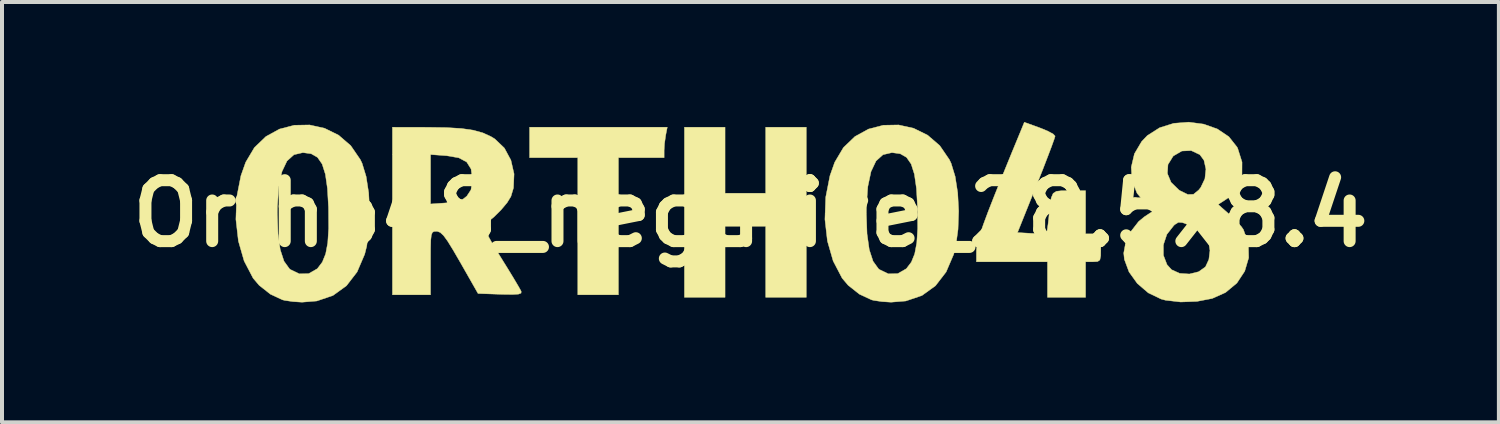
<source format=kicad_pcb>
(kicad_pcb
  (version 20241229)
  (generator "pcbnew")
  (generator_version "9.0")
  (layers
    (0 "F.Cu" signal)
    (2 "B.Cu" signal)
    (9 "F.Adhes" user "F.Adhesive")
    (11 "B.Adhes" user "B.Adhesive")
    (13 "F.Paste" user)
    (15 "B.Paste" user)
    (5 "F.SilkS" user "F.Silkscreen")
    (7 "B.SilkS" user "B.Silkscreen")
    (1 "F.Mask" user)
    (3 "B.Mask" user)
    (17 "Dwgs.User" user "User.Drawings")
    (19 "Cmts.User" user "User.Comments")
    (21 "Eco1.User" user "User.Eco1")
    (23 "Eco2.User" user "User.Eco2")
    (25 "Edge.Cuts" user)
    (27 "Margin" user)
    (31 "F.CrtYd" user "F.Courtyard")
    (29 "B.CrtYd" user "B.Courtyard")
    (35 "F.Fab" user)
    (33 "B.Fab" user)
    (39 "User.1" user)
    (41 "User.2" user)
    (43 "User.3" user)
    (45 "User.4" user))
  (footprint "Ortho48_negative_28.5x8.4"
    (layer "F.Cu")
    (at 15.719 2.291)
    (property "Reference" "Ortho48_negative_28.5x8.4" (at 0 0 0) (layer "F.SilkS") (effects (font (size 1.524 1.524) (thickness 0.3))))
    (attr through_hole)
    (fp_poly (pts (xy -2.119 -1.961) (xy -2.149 -1.751) (xy -2.159 -1.58) (xy -2.159 -1.397) (xy -3.302 -1.397) (xy -3.302 2.032) (xy -4.318 2.032) (xy -4.318 -1.397) (xy -5.524 -1.397) (xy -5.524 -2.159) (xy -2.08 -2.159) (xy -2.119 -1.961)) (stroke (width 0.01) (type solid)) (fill yes) (layer "F.SilkS"))
    (fp_poly (pts (xy -0.635 -0.508) (xy 0.381 -0.508) (xy 0.381 -2.159) (xy 1.397 -2.159) (xy 1.397 2.095) (xy 0.381 2.095) (xy 0.381 0.318) (xy -0.635 0.318) (xy -0.635 2.095) (xy -1.651 2.095) (xy -1.651 -2.159) (xy -0.635 -2.159) (xy -0.635 -0.508)) (stroke (width 0.01) (type solid)) (fill yes) (layer "F.SilkS"))
    (fp_poly (pts (xy 7.235 -2.145) (xy 7.433 -2.064) (xy 7.572 -1.989) (xy 7.62 -1.938) (xy 7.597 -1.861) (xy 7.534 -1.685) (xy 7.437 -1.429) (xy 7.315 -1.112) (xy 7.173 -0.755) (xy 7.15 -0.697) (xy 6.679 0.476) (xy 7.03 0.496) (xy 7.226 0.502) (xy 7.363 0.5) (xy 7.403 0.492) (xy 7.421 0.422) (xy 7.444 0.263) (xy 7.463 0.092) (xy 7.493 -0.203) (xy 7.523 -0.395) (xy 7.571 -0.505) (xy 7.653 -0.557) (xy 7.786 -0.571) (xy 7.97 -0.572) (xy 8.382 -0.572) (xy 8.382 0.508) (xy 8.572 0.508) (xy 8.681 0.514) (xy 8.738 0.552) (xy 8.76 0.655) (xy 8.763 0.852) (xy 8.763 0.857) (xy 8.76 1.057) (xy 8.739 1.161) (xy 8.683 1.2) (xy 8.575 1.206) (xy 8.572 1.206) (xy 8.382 1.206) (xy 8.382 2.095) (xy 7.429 2.095) (xy 7.429 1.206) (xy 5.652 1.206) (xy 5.652 0.93) (xy 5.661 0.83) (xy 5.691 0.693) (xy 5.745 0.508) (xy 5.828 0.266) (xy 5.943 -0.043) (xy 6.094 -0.429) (xy 6.284 -0.903) (xy 6.517 -1.475) (xy 6.766 -2.078) (xy 6.85 -2.284) (xy 7.235 -2.145)) (stroke (width 0.01) (type solid)) (fill yes) (layer "F.SilkS"))
    (fp_poly (pts (xy -10.651 -2.133) (xy -10.301 -1.961) (xy -9.997 -1.699) (xy -9.757 -1.349) (xy -9.713 -1.257) (xy -9.612 -0.927) (xy -9.548 -0.516) (xy -9.524 -0.062) (xy -9.54 0.394) (xy -9.597 0.814) (xy -9.648 1.018) (xy -9.838 1.461) (xy -10.104 1.806) (xy -10.442 2.05) (xy -10.846 2.187) (xy -11.215 2.217) (xy -11.443 2.202) (xy -11.648 2.172) (xy -11.706 2.157) (xy -12.008 2.016) (xy -12.287 1.795) (xy -12.439 1.616) (xy -12.663 1.187) (xy -12.807 0.687) (xy -12.869 0.145) (xy -12.864 0) (xy -11.834 0) (xy -11.816 0.509) (xy -11.76 0.904) (xy -11.666 1.192) (xy -11.531 1.38) (xy -11.508 1.399) (xy -11.281 1.508) (xy -11.047 1.502) (xy -10.838 1.382) (xy -10.828 1.373) (xy -10.708 1.215) (xy -10.624 1.008) (xy -10.572 0.734) (xy -10.549 0.373) (xy -10.552 -0.092) (xy -10.553 -0.159) (xy -10.58 -0.628) (xy -10.631 -0.983) (xy -10.712 -1.238) (xy -10.828 -1.405) (xy -10.986 -1.496) (xy -11.192 -1.524) (xy -11.195 -1.524) (xy -11.417 -1.472) (xy -11.591 -1.315) (xy -11.717 -1.049) (xy -11.797 -0.67) (xy -11.832 -0.177) (xy -11.834 0) (xy -12.864 0) (xy -12.849 -0.41) (xy -12.743 -0.948) (xy -12.624 -1.284) (xy -12.406 -1.651) (xy -12.118 -1.927) (xy -11.779 -2.113) (xy -11.409 -2.209) (xy -11.026 -2.216) (xy -10.651 -2.133)) (stroke (width 0.01) (type solid)) (fill yes) (layer "F.SilkS"))
    (fp_poly (pts (xy 4.081 -2.133) (xy 4.431 -1.961) (xy 4.735 -1.699) (xy 4.975 -1.349) (xy 5.019 -1.257) (xy 5.12 -0.927) (xy 5.184 -0.516) (xy 5.208 -0.062) (xy 5.192 0.394) (xy 5.135 0.814) (xy 5.084 1.018) (xy 4.894 1.461) (xy 4.628 1.806) (xy 4.29 2.05) (xy 3.886 2.187) (xy 3.517 2.217) (xy 3.289 2.202) (xy 3.084 2.172) (xy 3.026 2.157) (xy 2.724 2.016) (xy 2.445 1.795) (xy 2.293 1.616) (xy 2.069 1.187) (xy 1.925 0.687) (xy 1.863 0.145) (xy 1.868 0) (xy 2.898 0) (xy 2.916 0.509) (xy 2.972 0.904) (xy 3.066 1.192) (xy 3.201 1.38) (xy 3.224 1.399) (xy 3.451 1.508) (xy 3.685 1.502) (xy 3.894 1.382) (xy 3.904 1.373) (xy 4.024 1.215) (xy 4.108 1.008) (xy 4.16 0.734) (xy 4.183 0.373) (xy 4.18 -0.092) (xy 4.179 -0.159) (xy 4.152 -0.628) (xy 4.101 -0.983) (xy 4.02 -1.238) (xy 3.904 -1.405) (xy 3.746 -1.496) (xy 3.54 -1.524) (xy 3.537 -1.524) (xy 3.315 -1.472) (xy 3.141 -1.315) (xy 3.015 -1.049) (xy 2.935 -0.67) (xy 2.9 -0.177) (xy 2.898 0) (xy 1.868 0) (xy 1.883 -0.41) (xy 1.989 -0.948) (xy 2.108 -1.284) (xy 2.326 -1.651) (xy 2.614 -1.927) (xy 2.953 -2.113) (xy 3.323 -2.209) (xy 3.706 -2.216) (xy 4.081 -2.133)) (stroke (width 0.01) (type solid)) (fill yes) (layer "F.SilkS"))
    (fp_poly (pts (xy -8.08 -2.157) (xy -7.601 -2.15) (xy -7.225 -2.127) (xy -6.929 -2.084) (xy -6.692 -2.018) (xy -6.489 -1.925) (xy -6.393 -1.866) (xy -6.154 -1.638) (xy -5.991 -1.335) (xy -5.912 -0.991) (xy -5.927 -0.64) (xy -5.991 -0.427) (xy -6.085 -0.273) (xy -6.238 -0.091) (xy -6.415 0.085) (xy -6.579 0.217) (xy -6.667 0.264) (xy -6.67 0.329) (xy -6.598 0.493) (xy -6.452 0.756) (xy -6.259 1.073) (xy -6.081 1.359) (xy -5.928 1.61) (xy -5.811 1.807) (xy -5.744 1.926) (xy -5.734 1.946) (xy -5.737 1.99) (xy -5.801 2.015) (xy -5.945 2.024) (xy -6.192 2.021) (xy -6.256 2.019) (xy -6.813 2) (xy -7.256 1.222) (xy -7.439 0.907) (xy -7.575 0.687) (xy -7.677 0.548) (xy -7.758 0.473) (xy -7.828 0.446) (xy -7.85 0.445) (xy -7.913 0.448) (xy -7.955 0.472) (xy -7.981 0.538) (xy -7.995 0.666) (xy -8 0.877) (xy -8.001 1.192) (xy -8.001 1.238) (xy -8.001 2.032) (xy -8.954 2.032) (xy -8.954 -0.239) (xy -8.001 -0.239) (xy -7.618 -0.266) (xy -7.357 -0.3) (xy -7.184 -0.364) (xy -7.094 -0.435) (xy -6.991 -0.591) (xy -6.954 -0.808) (xy -6.953 -0.857) (xy -6.987 -1.113) (xy -7.096 -1.288) (xy -7.296 -1.395) (xy -7.601 -1.447) (xy -7.618 -1.448) (xy -8.001 -1.476) (xy -8.001 -0.239) (xy -8.954 -0.239) (xy -8.954 -2.159) (xy -8.08 -2.157)) (stroke (width 0.01) (type solid)) (fill yes) (layer "F.SilkS"))
    (fp_poly (pts (xy 11.335 -2.237) (xy 11.678 -2.115) (xy 11.965 -1.922) (xy 12.17 -1.663) (xy 12.186 -1.632) (xy 12.295 -1.287) (xy 12.293 -0.954) (xy 12.184 -0.655) (xy 11.973 -0.412) (xy 11.903 -0.361) (xy 11.697 -0.227) (xy 11.978 0.02) (xy 12.145 0.179) (xy 12.278 0.327) (xy 12.33 0.402) (xy 12.453 0.753) (xy 12.461 1.107) (xy 12.362 1.442) (xy 12.166 1.739) (xy 11.882 1.975) (xy 11.549 2.124) (xy 11.168 2.197) (xy 10.76 2.212) (xy 10.382 2.168) (xy 10.27 2.138) (xy 9.95 1.984) (xy 9.675 1.748) (xy 9.468 1.459) (xy 9.352 1.146) (xy 9.336 0.988) (xy 9.374 0.781) (xy 10.328 0.781) (xy 10.329 1.045) (xy 10.419 1.279) (xy 10.532 1.404) (xy 10.735 1.496) (xy 10.978 1.512) (xy 11.21 1.455) (xy 11.38 1.333) (xy 11.465 1.15) (xy 11.493 0.925) (xy 11.456 0.689) (xy 11.331 0.504) (xy 11.102 0.35) (xy 10.962 0.285) (xy 10.801 0.225) (xy 10.703 0.22) (xy 10.617 0.273) (xy 10.589 0.298) (xy 10.415 0.52) (xy 10.328 0.781) (xy 9.374 0.781) (xy 9.385 0.724) (xy 9.518 0.445) (xy 9.707 0.201) (xy 9.847 0.085) (xy 10.091 -0.077) (xy 9.894 -0.242) (xy 9.669 -0.508) (xy 9.546 -0.822) (xy 9.534 -1.001) (xy 10.428 -1.001) (xy 10.52 -0.781) (xy 10.714 -0.592) (xy 10.746 -0.571) (xy 10.938 -0.477) (xy 11.08 -0.481) (xy 11.211 -0.588) (xy 11.263 -0.654) (xy 11.366 -0.87) (xy 11.392 -1.111) (xy 11.343 -1.332) (xy 11.24 -1.473) (xy 11.023 -1.575) (xy 10.79 -1.564) (xy 10.58 -1.442) (xy 10.57 -1.432) (xy 10.443 -1.227) (xy 10.428 -1.001) (xy 9.534 -1.001) (xy 9.524 -1.16) (xy 9.604 -1.496) (xy 9.785 -1.803) (xy 9.927 -1.951) (xy 10.233 -2.146) (xy 10.587 -2.257) (xy 10.963 -2.286) (xy 11.335 -2.237)) (stroke (width 0.01) (type solid)) (fill yes) (layer "F.SilkS")))
  (gr_rect
    (start -3 -3)
    (end 34.438 7.513)
    (stroke (width 0.1) (type default))
    (fill no)
    (layer "Edge.Cuts")))
</source>
